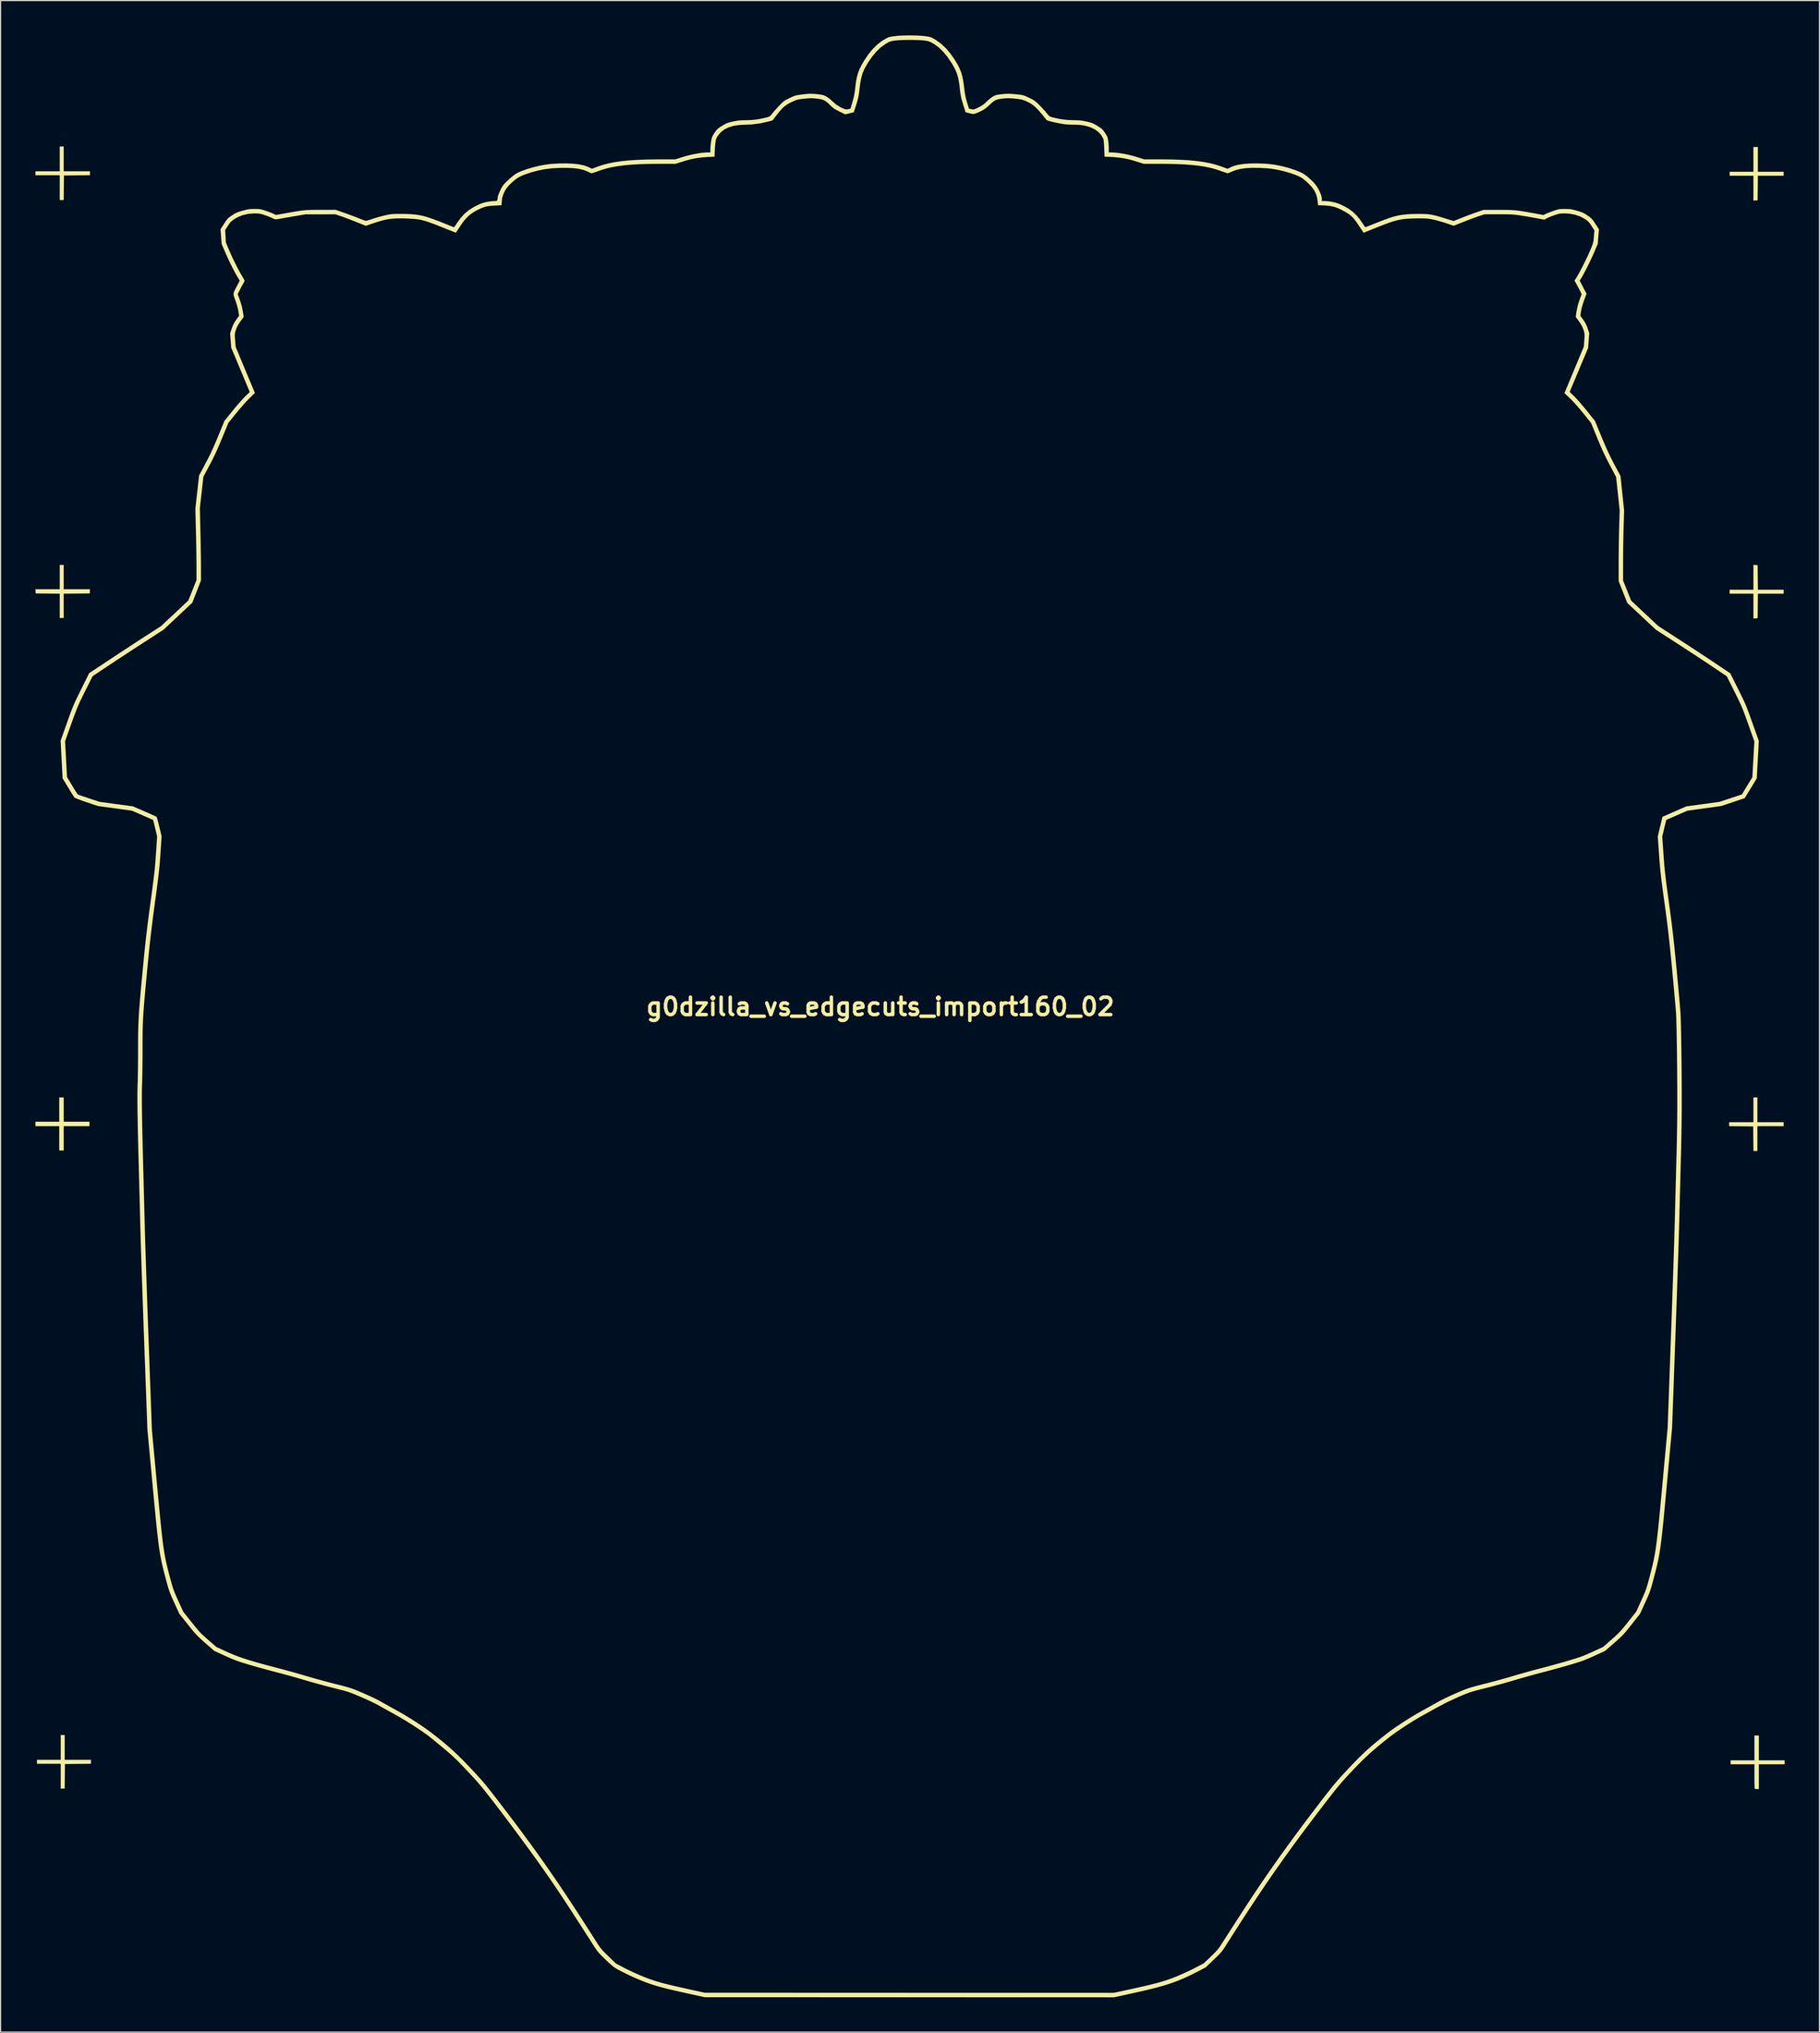
<source format=kicad_pcb>
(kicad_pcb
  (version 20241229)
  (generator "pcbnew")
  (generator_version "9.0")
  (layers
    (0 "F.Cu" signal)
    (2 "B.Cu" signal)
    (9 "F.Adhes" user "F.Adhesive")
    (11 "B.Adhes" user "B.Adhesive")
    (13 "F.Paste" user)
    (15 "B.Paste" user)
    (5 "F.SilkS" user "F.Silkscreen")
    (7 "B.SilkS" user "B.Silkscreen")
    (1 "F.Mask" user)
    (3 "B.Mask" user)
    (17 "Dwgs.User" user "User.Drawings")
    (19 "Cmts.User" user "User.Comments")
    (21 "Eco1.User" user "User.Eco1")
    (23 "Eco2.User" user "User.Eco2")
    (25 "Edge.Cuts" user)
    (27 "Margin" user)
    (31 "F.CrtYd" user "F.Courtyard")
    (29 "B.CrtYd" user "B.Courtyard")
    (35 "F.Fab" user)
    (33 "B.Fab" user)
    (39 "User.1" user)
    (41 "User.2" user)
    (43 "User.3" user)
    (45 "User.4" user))
  (footprint "g0dzilla_vs_edgecuts_import160_02"
    (layer "F.Cu")
    (at 72.79 83.628)
    (property "Reference" "g0dzilla_vs_edgecuts_import160_02" (at 0 0 0) (layer "F.SilkS") (effects (font (size 1.5 1.5) (thickness 0.3))))
    (attr board_only exclude_from_pos_files exclude_from_bom)
    (fp_poly (pts (xy -70.352 -72.998) (xy -70.352 -71.931) (xy -69.22 -71.931) (xy -68.089 -71.931) (xy -68.089 -71.761) (xy -68.089 -71.591) (xy -69.21 -71.58) (xy -70.33 -71.568) (xy -70.342 -70.512) (xy -70.353 -69.455) (xy -70.523 -69.455) (xy -70.693 -69.455) (xy -70.693 -70.522) (xy -70.693 -71.59) (xy -71.739 -71.59) (xy -72.785 -71.59) (xy -72.785 -71.76) (xy -72.785 -71.931) (xy -71.739 -71.931) (xy -70.693 -71.931) (xy -70.693 -72.998) (xy -70.693 -74.066) (xy -70.522 -74.066) (xy -70.352 -74.066)) (stroke (width 0) (type solid)) (fill yes) (layer "F.SilkS"))
    (fp_poly (pts (xy -70.352 -36.99) (xy -70.352 -35.944) (xy -69.218 -35.944) (xy -68.084 -35.944) (xy -68.097 -35.763) (xy -68.11 -35.581) (xy -69.231 -35.57) (xy -70.352 -35.559) (xy -70.352 -34.513) (xy -70.352 -33.468) (xy -70.522 -33.468) (xy -70.693 -33.468) (xy -70.693 -34.513) (xy -70.693 -35.558) (xy -71.728 -35.57) (xy -72.764 -35.581) (xy -72.777 -35.763) (xy -72.79 -35.944) (xy -71.741 -35.944) (xy -70.693 -35.944) (xy -70.693 -36.99) (xy -70.693 -38.036) (xy -70.522 -38.036) (xy -70.352 -38.036)) (stroke (width 0) (type solid)) (fill yes) (layer "F.SilkS"))
    (fp_poly (pts (xy -70.352 8.858) (xy -70.352 9.904) (xy -69.242 9.904) (xy -68.132 9.904) (xy -68.132 10.096) (xy -68.132 10.288) (xy -69.242 10.288) (xy -70.352 10.288) (xy -70.352 11.334) (xy -70.352 12.38) (xy -70.544 12.38) (xy -70.736 12.38) (xy -70.736 11.334) (xy -70.736 10.288) (xy -71.76 10.288) (xy -72.785 10.288) (xy -72.785 10.096) (xy -72.785 9.904) (xy -71.76 9.904) (xy -70.736 9.904) (xy -70.736 8.858) (xy -70.736 7.812) (xy -70.544 7.812) (xy -70.352 7.812)) (stroke (width 0) (type solid)) (fill yes) (layer "F.SilkS"))
    (fp_poly (pts (xy -70.266 63.777) (xy -70.266 64.845) (xy -69.135 64.845) (xy -68.004 64.845) (xy -68.004 65.015) (xy -68.004 65.185) (xy -69.124 65.196) (xy -70.245 65.208) (xy -70.256 66.264) (xy -70.268 67.321) (xy -70.438 67.321) (xy -70.608 67.321) (xy -70.608 66.253) (xy -70.608 65.186) (xy -71.632 65.186) (xy -72.657 65.186) (xy -72.657 65.015) (xy -72.657 64.845) (xy -71.632 64.845) (xy -70.608 64.845) (xy -70.608 63.777) (xy -70.608 62.71) (xy -70.437 62.71) (xy -70.266 62.71)) (stroke (width 0) (type solid)) (fill yes) (layer "F.SilkS"))
    (fp_poly (pts (xy 75.4 -38.028) (xy 75.581 -38.015) (xy 75.592 -36.958) (xy 75.604 -35.902) (xy 76.713 -35.902) (xy 77.822 -35.902) (xy 77.822 -35.731) (xy 77.822 -35.56) (xy 76.713 -35.56) (xy 75.604 -35.56) (xy 75.592 -34.503) (xy 75.581 -33.447) (xy 75.4 -33.434) (xy 75.218 -33.421) (xy 75.218 -34.49) (xy 75.218 -35.56) (xy 74.194 -35.56) (xy 73.169 -35.56) (xy 73.169 -35.731) (xy 73.169 -35.902) (xy 74.194 -35.902) (xy 75.218 -35.902) (xy 75.218 -36.971) (xy 75.218 -38.041)) (stroke (width 0) (type solid)) (fill yes) (layer "F.SilkS"))
    (fp_poly (pts (xy 75.56 8.879) (xy 75.56 9.947) (xy 76.691 9.947) (xy 77.822 9.947) (xy 77.822 10.117) (xy 77.822 10.288) (xy 76.691 10.288) (xy 75.56 10.288) (xy 75.56 11.355) (xy 75.56 12.423) (xy 75.39 12.423) (xy 75.22 12.423) (xy 75.208 11.366) (xy 75.197 10.309) (xy 74.162 10.298) (xy 73.126 10.287) (xy 73.126 10.117) (xy 73.126 9.947) (xy 74.172 9.947) (xy 75.218 9.947) (xy 75.218 8.879) (xy 75.218 7.812) (xy 75.389 7.812) (xy 75.56 7.812)) (stroke (width 0) (type solid)) (fill yes) (layer "F.SilkS"))
    (fp_poly (pts (xy 75.602 -72.956) (xy 75.602 -71.888) (xy 76.712 -71.888) (xy 77.822 -71.888) (xy 77.822 -71.718) (xy 77.822 -71.547) (xy 76.713 -71.547) (xy 75.604 -71.547) (xy 75.592 -70.49) (xy 75.581 -69.434) (xy 75.4 -69.421) (xy 75.218 -69.408) (xy 75.218 -70.477) (xy 75.218 -71.547) (xy 74.194 -71.547) (xy 73.169 -71.547) (xy 73.169 -71.718) (xy 73.169 -71.888) (xy 74.194 -71.888) (xy 75.218 -71.888) (xy 75.218 -72.956) (xy 75.218 -74.023) (xy 75.41 -74.023) (xy 75.602 -74.023)) (stroke (width 0) (type solid)) (fill yes) (layer "F.SilkS"))
    (fp_poly (pts (xy 75.688 63.82) (xy 75.688 64.887) (xy 76.798 64.887) (xy 77.908 64.887) (xy 77.908 65.058) (xy 77.908 65.229) (xy 76.798 65.229) (xy 75.688 65.229) (xy 75.688 66.296) (xy 75.688 67.363) (xy 75.524 67.363) (xy 75.411 67.357) (xy 75.339 67.34) (xy 75.332 67.335) (xy 75.324 67.286) (xy 75.317 67.164) (xy 75.311 66.98) (xy 75.307 66.747) (xy 75.304 66.477) (xy 75.304 66.268) (xy 75.304 65.229) (xy 74.279 65.229) (xy 73.254 65.229) (xy 73.254 65.058) (xy 73.254 64.887) (xy 74.279 64.887) (xy 75.304 64.887) (xy 75.304 63.82) (xy 75.304 62.753) (xy 75.496 62.753) (xy 75.688 62.753)) (stroke (width 0) (type solid)) (fill yes) (layer "F.SilkS"))
    (fp_poly (pts (xy 3.083 -83.619) (xy 3.463 -83.601) (xy 3.789 -83.572) (xy 3.88 -83.561) (xy 4.084 -83.531) (xy 4.235 -83.503) (xy 4.359 -83.466) (xy 4.481 -83.412) (xy 4.625 -83.33) (xy 4.816 -83.213) (xy 4.818 -83.212) (xy 5.254 -82.896) (xy 5.671 -82.502) (xy 6.07 -82.028) (xy 6.451 -81.472) (xy 6.661 -81.119) (xy 6.827 -80.79) (xy 6.958 -80.464) (xy 7.059 -80.12) (xy 7.139 -79.738) (xy 7.203 -79.297) (xy 7.218 -79.167) (xy 7.26 -78.826) (xy 7.304 -78.545) (xy 7.353 -78.298) (xy 7.414 -78.059) (xy 7.472 -77.862) (xy 7.639 -77.325) (xy 7.843 -77.278) (xy 7.938 -77.258) (xy 8.017 -77.255) (xy 8.101 -77.271) (xy 8.212 -77.314) (xy 8.369 -77.387) (xy 8.452 -77.427) (xy 8.685 -77.549) (xy 8.869 -77.669) (xy 9.036 -77.81) (xy 9.135 -77.907) (xy 9.298 -78.06) (xy 9.48 -78.21) (xy 9.646 -78.33) (xy 9.68 -78.351) (xy 9.798 -78.419) (xy 9.902 -78.467) (xy 10.014 -78.502) (xy 10.155 -78.529) (xy 10.347 -78.553) (xy 10.491 -78.569) (xy 10.728 -78.592) (xy 10.926 -78.604) (xy 11.114 -78.605) (xy 11.32 -78.594) (xy 11.572 -78.572) (xy 11.675 -78.561) (xy 11.925 -78.535) (xy 12.112 -78.51) (xy 12.259 -78.482) (xy 12.39 -78.445) (xy 12.528 -78.391) (xy 12.694 -78.317) (xy 12.807 -78.264) (xy 13.028 -78.156) (xy 13.197 -78.062) (xy 13.34 -77.965) (xy 13.483 -77.844) (xy 13.652 -77.684) (xy 13.676 -77.66) (xy 13.855 -77.478) (xy 14.042 -77.277) (xy 14.212 -77.086) (xy 14.309 -76.968) (xy 14.433 -76.817) (xy 14.527 -76.717) (xy 14.613 -76.654) (xy 14.711 -76.61) (xy 14.828 -76.574) (xy 15.444 -76.434) (xy 16.093 -76.351) (xy 16.639 -76.328) (xy 16.936 -76.324) (xy 17.183 -76.309) (xy 17.414 -76.281) (xy 17.664 -76.234) (xy 17.741 -76.218) (xy 17.974 -76.165) (xy 18.154 -76.114) (xy 18.311 -76.053) (xy 18.474 -75.97) (xy 18.674 -75.853) (xy 18.688 -75.845) (xy 18.881 -75.726) (xy 19.019 -75.631) (xy 19.123 -75.542) (xy 19.213 -75.439) (xy 19.309 -75.305) (xy 19.353 -75.239) (xy 19.467 -75.062) (xy 19.541 -74.921) (xy 19.588 -74.787) (xy 19.62 -74.629) (xy 19.63 -74.565) (xy 19.656 -74.343) (xy 19.674 -74.094) (xy 19.68 -73.893) (xy 19.68 -73.553) (xy 19.915 -73.553) (xy 20.226 -73.538) (xy 20.594 -73.496) (xy 20.995 -73.43) (xy 21.408 -73.345) (xy 21.808 -73.245) (xy 22.073 -73.167) (xy 22.737 -72.956) (xy 24.186 -72.956) (xy 25.045 -72.948) (xy 25.826 -72.923) (xy 26.537 -72.882) (xy 27.182 -72.822) (xy 27.769 -72.744) (xy 28.303 -72.646) (xy 28.792 -72.528) (xy 29.241 -72.389) (xy 29.336 -72.355) (xy 29.921 -72.142) (xy 30.221 -72.293) (xy 30.517 -72.409) (xy 30.889 -72.499) (xy 31.329 -72.563) (xy 31.832 -72.6) (xy 32.391 -72.61) (xy 33 -72.591) (xy 33.377 -72.567) (xy 33.947 -72.499) (xy 34.551 -72.383) (xy 35.159 -72.226) (xy 35.738 -72.035) (xy 35.904 -71.971) (xy 36.149 -71.87) (xy 36.337 -71.781) (xy 36.496 -71.689) (xy 36.649 -71.581) (xy 36.798 -71.462) (xy 37.112 -71.187) (xy 37.363 -70.934) (xy 37.564 -70.686) (xy 37.728 -70.428) (xy 37.846 -70.192) (xy 37.947 -69.953) (xy 38.008 -69.768) (xy 38.034 -69.618) (xy 38.035 -69.573) (xy 38.036 -69.37) (xy 38.26 -69.369) (xy 38.583 -69.349) (xy 38.928 -69.296) (xy 39.261 -69.216) (xy 39.547 -69.118) (xy 39.573 -69.106) (xy 40.025 -68.888) (xy 40.408 -68.662) (xy 40.737 -68.415) (xy 41.029 -68.134) (xy 41.3 -67.805) (xy 41.461 -67.577) (xy 41.576 -67.406) (xy 41.672 -67.263) (xy 41.741 -67.162) (xy 41.772 -67.116) (xy 41.773 -67.115) (xy 41.814 -67.126) (xy 41.921 -67.165) (xy 42.082 -67.226) (xy 42.282 -67.306) (xy 42.482 -67.387) (xy 42.775 -67.504) (xy 43.103 -67.631) (xy 43.434 -67.756) (xy 43.731 -67.865) (xy 43.825 -67.899) (xy 44.181 -68.014) (xy 44.528 -68.104) (xy 44.883 -68.171) (xy 45.263 -68.217) (xy 45.685 -68.246) (xy 46.167 -68.258) (xy 46.412 -68.259) (xy 46.724 -68.256) (xy 46.992 -68.246) (xy 47.233 -68.227) (xy 47.466 -68.194) (xy 47.708 -68.145) (xy 47.977 -68.077) (xy 48.291 -67.987) (xy 48.667 -67.872) (xy 48.674 -67.87) (xy 49.387 -67.647) (xy 50.125 -67.938) (xy 50.412 -68.05) (xy 50.72 -68.166) (xy 51.022 -68.278) (xy 51.29 -68.374) (xy 51.419 -68.419) (xy 51.974 -68.608) (xy 53.255 -68.609) (xy 53.625 -68.608) (xy 53.941 -68.605) (xy 54.216 -68.599) (xy 54.465 -68.587) (xy 54.705 -68.569) (xy 54.948 -68.542) (xy 55.211 -68.505) (xy 55.509 -68.458) (xy 55.855 -68.397) (xy 56.266 -68.323) (xy 56.412 -68.296) (xy 57.137 -68.163) (xy 57.309 -68.253) (xy 57.418 -68.303) (xy 57.585 -68.371) (xy 57.785 -68.447) (xy 57.972 -68.514) (xy 58.187 -68.588) (xy 58.352 -68.637) (xy 58.494 -68.666) (xy 58.644 -68.681) (xy 58.831 -68.686) (xy 58.966 -68.686) (xy 59.192 -68.684) (xy 59.374 -68.674) (xy 59.541 -68.651) (xy 59.724 -68.611) (xy 59.952 -68.551) (xy 60.012 -68.534) (xy 60.253 -68.463) (xy 60.436 -68.4) (xy 60.588 -68.333) (xy 60.735 -68.25) (xy 60.903 -68.14) (xy 60.936 -68.118) (xy 61.101 -68) (xy 61.225 -67.9) (xy 61.328 -67.797) (xy 61.428 -67.671) (xy 61.543 -67.503) (xy 61.613 -67.394) (xy 61.909 -66.934) (xy 61.858 -66.307) (xy 61.808 -65.679) (xy 61.508 -64.974) (xy 61.383 -64.69) (xy 61.236 -64.373) (xy 61.076 -64.039) (xy 60.911 -63.705) (xy 60.748 -63.387) (xy 60.597 -63.101) (xy 60.465 -62.863) (xy 60.373 -62.711) (xy 60.251 -62.519) (xy 60.544 -61.954) (xy 60.838 -61.389) (xy 60.624 -60.801) (xy 60.511 -60.469) (xy 60.424 -60.162) (xy 60.368 -59.902) (xy 60.359 -59.846) (xy 60.309 -59.48) (xy 60.553 -59.15) (xy 60.712 -58.914) (xy 60.833 -58.677) (xy 60.936 -58.406) (xy 61.075 -57.993) (xy 61.026 -57.353) (xy 60.977 -56.712) (xy 60.366 -55.261) (xy 60.218 -54.908) (xy 60.072 -54.562) (xy 59.934 -54.234) (xy 59.809 -53.936) (xy 59.702 -53.683) (xy 59.619 -53.485) (xy 59.572 -53.373) (xy 59.39 -52.937) (xy 59.787 -52.547) (xy 59.929 -52.4) (xy 60.111 -52.201) (xy 60.318 -51.965) (xy 60.538 -51.708) (xy 60.757 -51.444) (xy 60.876 -51.297) (xy 61.567 -50.437) (xy 62.131 -49.071) (xy 62.353 -48.543) (xy 62.556 -48.076) (xy 62.752 -47.651) (xy 62.948 -47.248) (xy 63.154 -46.846) (xy 63.231 -46.702) (xy 63.766 -45.699) (xy 63.923 -44.205) (xy 64.081 -42.71) (xy 64.036 -41.302) (xy 64.025 -40.899) (xy 64.015 -40.435) (xy 64.006 -39.934) (xy 63.999 -39.421) (xy 63.994 -38.92) (xy 63.992 -38.455) (xy 63.991 -38.292) (xy 63.991 -36.691) (xy 64.336 -35.829) (xy 64.681 -34.968) (xy 65.851 -33.872) (xy 67.02 -32.777) (xy 68.803 -31.625) (xy 69.216 -31.358) (xy 69.658 -31.07) (xy 70.113 -30.773) (xy 70.565 -30.476) (xy 71.001 -30.19) (xy 71.402 -29.924) (xy 71.755 -29.69) (xy 71.904 -29.591) (xy 73.221 -28.708) (xy 73.894 -27.364) (xy 74.07 -27.011) (xy 74.217 -26.712) (xy 74.343 -26.45) (xy 74.453 -26.211) (xy 74.553 -25.981) (xy 74.65 -25.744) (xy 74.75 -25.485) (xy 74.86 -25.189) (xy 74.986 -24.842) (xy 75.126 -24.45) (xy 75.684 -22.881) (xy 75.595 -21.27) (xy 75.506 -19.658) (xy 74.989 -18.808) (xy 74.471 -17.958) (xy 73.468 -17.621) (xy 72.465 -17.284) (xy 70.992 -17.078) (xy 69.519 -16.872) (xy 68.614 -16.477) (xy 67.709 -16.081) (xy 67.536 -15.368) (xy 67.364 -14.654) (xy 67.471 -13.116) (xy 67.495 -12.77) (xy 67.52 -12.449) (xy 67.546 -12.143) (xy 67.574 -11.841) (xy 67.606 -11.531) (xy 67.644 -11.203) (xy 67.687 -10.844) (xy 67.738 -10.445) (xy 67.797 -9.994) (xy 67.867 -9.48) (xy 67.942 -8.937) (xy 68.025 -8.329) (xy 68.099 -7.77) (xy 68.167 -7.245) (xy 68.23 -6.74) (xy 68.289 -6.239) (xy 68.346 -5.728) (xy 68.404 -5.193) (xy 68.463 -4.618) (xy 68.525 -3.99) (xy 68.592 -3.293) (xy 68.601 -3.202) (xy 68.651 -2.674) (xy 68.699 -2.153) (xy 68.745 -1.65) (xy 68.789 -1.172) (xy 68.828 -0.729) (xy 68.863 -0.329) (xy 68.892 0.018) (xy 68.916 0.304) (xy 68.932 0.52) (xy 68.939 0.619) (xy 68.949 0.832) (xy 68.959 1.122) (xy 68.97 1.481) (xy 68.979 1.901) (xy 68.989 2.374) (xy 68.998 2.892) (xy 69.007 3.446) (xy 69.015 4.028) (xy 69.022 4.631) (xy 69.028 5.246) (xy 69.034 5.864) (xy 69.038 6.478) (xy 69.041 7.08) (xy 69.043 7.662) (xy 69.043 8.214) (xy 69.042 8.73) (xy 69.039 9.191) (xy 69.034 9.719) (xy 69.026 10.294) (xy 69.017 10.897) (xy 69.005 11.508) (xy 68.993 12.109) (xy 68.979 12.681) (xy 68.968 13.127) (xy 68.953 13.644) (xy 68.937 14.227) (xy 68.921 14.858) (xy 68.903 15.518) (xy 68.886 16.187) (xy 68.869 16.847) (xy 68.853 17.479) (xy 68.839 18.064) (xy 68.835 18.207) (xy 68.826 18.545) (xy 68.815 18.962) (xy 68.8 19.452) (xy 68.783 20.007) (xy 68.764 20.622) (xy 68.743 21.289) (xy 68.719 22.003) (xy 68.694 22.756) (xy 68.668 23.543) (xy 68.64 24.357) (xy 68.611 25.191) (xy 68.582 26.038) (xy 68.552 26.893) (xy 68.521 27.749) (xy 68.492 28.559) (xy 68.214 36.222) (xy 67.768 41.067) (xy 67.691 41.902) (xy 67.621 42.658) (xy 67.556 43.34) (xy 67.497 43.955) (xy 67.442 44.508) (xy 67.39 45.006) (xy 67.341 45.454) (xy 67.294 45.858) (xy 67.248 46.223) (xy 67.203 46.557) (xy 67.156 46.864) (xy 67.109 47.15) (xy 67.059 47.422) (xy 67.006 47.685) (xy 66.949 47.945) (xy 66.888 48.208) (xy 66.821 48.48) (xy 66.748 48.766) (xy 66.668 49.073) (xy 66.651 49.135) (xy 66.557 49.491) (xy 66.478 49.781) (xy 66.409 50.021) (xy 66.344 50.228) (xy 66.277 50.418) (xy 66.203 50.607) (xy 66.116 50.813) (xy 66.01 51.051) (xy 65.891 51.312) (xy 65.451 52.273) (xy 64.732 53.182) (xy 64.506 53.466) (xy 64.319 53.696) (xy 64.157 53.888) (xy 64.006 54.054) (xy 63.853 54.211) (xy 63.684 54.373) (xy 63.485 54.553) (xy 63.244 54.766) (xy 63.233 54.776) (xy 62.453 55.46) (xy 61.525 55.886) (xy 61.215 56.027) (xy 60.946 56.144) (xy 60.699 56.244) (xy 60.453 56.336) (xy 60.187 56.426) (xy 59.882 56.522) (xy 59.517 56.632) (xy 59.466 56.647) (xy 59.116 56.749) (xy 58.708 56.865) (xy 58.265 56.988) (xy 57.813 57.112) (xy 57.376 57.229) (xy 56.99 57.331) (xy 56.592 57.435) (xy 56.158 57.553) (xy 55.71 57.677) (xy 55.274 57.8) (xy 54.872 57.916) (xy 54.535 58.016) (xy 54.185 58.119) (xy 53.777 58.235) (xy 53.337 58.357) (xy 52.889 58.478) (xy 52.458 58.591) (xy 52.123 58.676) (xy 51.75 58.769) (xy 51.444 58.847) (xy 51.189 58.916) (xy 50.97 58.98) (xy 50.77 59.045) (xy 50.575 59.115) (xy 50.368 59.196) (xy 50.133 59.293) (xy 49.861 59.407) (xy 48.822 59.886) (xy 47.961 60.34) (xy 47.672 60.5) (xy 47.38 60.663) (xy 47.101 60.818) (xy 46.852 60.956) (xy 46.652 61.066) (xy 46.574 61.109) (xy 46.264 61.287) (xy 45.907 61.502) (xy 45.524 61.743) (xy 45.13 61.997) (xy 44.746 62.254) (xy 44.388 62.501) (xy 44.076 62.726) (xy 43.913 62.849) (xy 43.357 63.288) (xy 42.858 63.696) (xy 42.4 64.088) (xy 41.966 64.48) (xy 41.542 64.884) (xy 41.11 65.317) (xy 40.656 65.792) (xy 40.583 65.869) (xy 40.357 66.111) (xy 40.155 66.329) (xy 39.972 66.529) (xy 39.801 66.721) (xy 39.636 66.911) (xy 39.469 67.108) (xy 39.295 67.319) (xy 39.107 67.553) (xy 38.899 67.816) (xy 38.665 68.118) (xy 38.397 68.464) (xy 38.089 68.865) (xy 37.784 69.263) (xy 37.032 70.252) (xy 36.316 71.207) (xy 35.629 72.138) (xy 34.963 73.057) (xy 34.312 73.972) (xy 33.668 74.895) (xy 33.024 75.836) (xy 32.374 76.805) (xy 31.709 77.811) (xy 31.024 78.866) (xy 30.31 79.98) (xy 29.832 80.733) (xy 29.69 80.956) (xy 29.571 81.135) (xy 29.463 81.286) (xy 29.352 81.423) (xy 29.226 81.563) (xy 29.072 81.719) (xy 28.877 81.908) (xy 28.717 82.061) (xy 28.025 82.72) (xy 27.236 83.128) (xy 26.812 83.342) (xy 26.408 83.536) (xy 26.012 83.712) (xy 25.616 83.875) (xy 25.21 84.026) (xy 24.783 84.169) (xy 24.327 84.309) (xy 23.831 84.446) (xy 23.285 84.586) (xy 22.68 84.73) (xy 22.007 84.883) (xy 21.587 84.976) (xy 20.131 85.293) (xy 2.499 85.289) (xy -15.133 85.285) (xy -16.457 84.994) (xy -17.067 84.859) (xy -17.603 84.737) (xy -18.073 84.627) (xy -18.487 84.526) (xy -18.854 84.431) (xy -19.183 84.341) (xy -19.483 84.251) (xy -19.764 84.16) (xy -20.034 84.065) (xy -20.303 83.964) (xy -20.581 83.854) (xy -20.597 83.847) (xy -20.921 83.712) (xy -21.27 83.559) (xy -21.62 83.399) (xy -21.945 83.244) (xy -22.219 83.107) (xy -22.252 83.09) (xy -22.488 82.965) (xy -22.674 82.864) (xy -22.826 82.773) (xy -22.96 82.682) (xy -23.091 82.58) (xy -23.237 82.453) (xy -23.412 82.292) (xy -23.633 82.084) (xy -23.639 82.077) (xy -23.872 81.855) (xy -24.055 81.675) (xy -24.201 81.521) (xy -24.323 81.379) (xy -24.435 81.233) (xy -24.549 81.068) (xy -24.671 80.88) (xy -25.162 80.116) (xy -25.611 79.418) (xy -26.022 78.78) (xy -26.399 78.198) (xy -26.746 77.664) (xy -27.067 77.173) (xy -27.365 76.72) (xy -27.645 76.298) (xy -27.911 75.902) (xy -28.165 75.525) (xy -28.413 75.163) (xy -28.658 74.809) (xy -28.904 74.457) (xy -29.154 74.101) (xy -29.413 73.736) (xy -29.605 73.468) (xy -29.943 72.999) (xy -30.322 72.479) (xy -30.727 71.925) (xy -31.148 71.355) (xy -31.572 70.784) (xy -31.986 70.231) (xy -32.378 69.711) (xy -32.735 69.241) (xy -32.772 69.192) (xy -33.113 68.747) (xy -33.41 68.362) (xy -33.668 68.028) (xy -33.896 67.738) (xy -34.099 67.482) (xy -34.284 67.254) (xy -34.46 67.044) (xy -34.631 66.844) (xy -34.805 66.646) (xy -34.989 66.442) (xy -35.189 66.224) (xy -35.413 65.983) (xy -35.5 65.89) (xy -35.823 65.547) (xy -36.101 65.256) (xy -36.346 65.005) (xy -36.572 64.783) (xy -36.789 64.577) (xy -37.01 64.377) (xy -37.248 64.169) (xy -37.502 63.953) (xy -37.77 63.729) (xy -38.047 63.499) (xy -38.317 63.278) (xy -38.564 63.077) (xy -38.772 62.91) (xy -38.89 62.817) (xy -39.175 62.605) (xy -39.521 62.363) (xy -39.91 62.102) (xy -40.327 61.832) (xy -40.756 61.563) (xy -41.182 61.305) (xy -41.588 61.068) (xy -41.878 60.906) (xy -42.155 60.755) (xy -42.45 60.591) (xy -42.739 60.43) (xy -42.996 60.285) (xy -43.154 60.195) (xy -43.346 60.091) (xy -43.597 59.964) (xy -43.891 59.821) (xy -44.209 59.673) (xy -44.531 59.528) (xy -44.731 59.441) (xy -45.021 59.318) (xy -45.264 59.216) (xy -45.474 59.132) (xy -45.667 59.06) (xy -45.858 58.995) (xy -46.063 58.933) (xy -46.295 58.868) (xy -46.571 58.796) (xy -46.905 58.711) (xy -47.147 58.651) (xy -47.547 58.548) (xy -47.983 58.434) (xy -48.431 58.312) (xy -48.868 58.191) (xy -49.27 58.077) (xy -49.614 57.975) (xy -49.626 57.972) (xy -49.992 57.863) (xy -50.414 57.742) (xy -50.861 57.617) (xy -51.307 57.495) (xy -51.723 57.384) (xy -51.931 57.33) (xy -52.322 57.228) (xy -52.766 57.109) (xy -53.232 56.981) (xy -53.692 56.853) (xy -54.116 56.732) (xy -54.324 56.671) (xy -54.704 56.557) (xy -55.019 56.459) (xy -55.29 56.37) (xy -55.534 56.283) (xy -55.771 56.19) (xy -56.018 56.086) (xy -56.295 55.963) (xy -56.452 55.892) (xy -57.382 55.467) (xy -58.149 54.795) (xy -58.388 54.585) (xy -58.585 54.406) (xy -58.754 54.245) (xy -58.908 54.088) (xy -59.061 53.92) (xy -59.226 53.727) (xy -59.415 53.495) (xy -59.643 53.211) (xy -59.653 53.198) (xy -60.391 52.273) (xy -60.829 51.312) (xy -60.965 51.012) (xy -61.075 50.763) (xy -61.165 50.546) (xy -61.242 50.343) (xy -61.312 50.134) (xy -61.383 49.902) (xy -61.46 49.627) (xy -61.551 49.291) (xy -61.564 49.242) (xy -61.648 48.927) (xy -61.724 48.633) (xy -61.793 48.355) (xy -61.857 48.086) (xy -61.916 47.82) (xy -61.971 47.552) (xy -62.023 47.276) (xy -62.073 46.985) (xy -62.12 46.674) (xy -62.168 46.337) (xy -62.215 45.968) (xy -62.263 45.56) (xy -62.313 45.109) (xy -62.366 44.608) (xy -62.422 44.051) (xy -62.483 43.432) (xy -62.548 42.745) (xy -62.62 41.985) (xy -62.692 41.216) (xy -63.141 36.392) (xy -63.416 28.922) (xy -63.446 28.082) (xy -63.477 27.237) (xy -63.507 26.393) (xy -63.537 25.557) (xy -63.565 24.735) (xy -63.593 23.934) (xy -63.619 23.161) (xy -63.644 22.422) (xy -63.667 21.724) (xy -63.688 21.073) (xy -63.707 20.476) (xy -63.724 19.939) (xy -63.737 19.47) (xy -63.749 19.074) (xy -63.755 18.826) (xy -63.769 18.259) (xy -63.785 17.637) (xy -63.801 16.98) (xy -63.819 16.307) (xy -63.836 15.638) (xy -63.853 14.993) (xy -63.869 14.391) (xy -63.883 13.853) (xy -63.885 13.789) (xy -63.91 12.839) (xy -63.932 11.97) (xy -63.951 11.179) (xy -63.967 10.461) (xy -63.98 9.812) (xy -63.99 9.228) (xy -63.997 8.706) (xy -64.001 8.24) (xy -64.003 7.827) (xy -64.001 7.464) (xy -63.997 7.145) (xy -63.991 6.867) (xy -63.984 6.681) (xy -63.975 6.439) (xy -63.968 6.125) (xy -63.961 5.754) (xy -63.955 5.339) (xy -63.95 4.895) (xy -63.947 4.436) (xy -63.945 3.975) (xy -63.944 3.671) (xy -63.944 3.232) (xy -63.943 2.832) (xy -63.94 2.464) (xy -63.935 2.119) (xy -63.927 1.789) (xy -63.917 1.465) (xy -63.902 1.14) (xy -63.884 0.804) (xy -63.862 0.45) (xy -63.834 0.069) (xy -63.801 -0.347) (xy -63.762 -0.808) (xy -63.716 -1.32) (xy -63.663 -1.892) (xy -63.603 -2.534) (xy -63.54 -3.202) (xy -63.47 -3.928) (xy -63.405 -4.587) (xy -63.342 -5.197) (xy -63.279 -5.774) (xy -63.214 -6.338) (xy -63.145 -6.906) (xy -63.071 -7.496) (xy -62.989 -8.124) (xy -62.896 -8.811) (xy -62.881 -8.922) (xy -62.8 -9.516) (xy -62.73 -10.036) (xy -62.671 -10.492) (xy -62.62 -10.893) (xy -62.576 -11.251) (xy -62.539 -11.576) (xy -62.507 -11.877) (xy -62.48 -12.164) (xy -62.455 -12.449) (xy -62.433 -12.741) (xy -62.411 -13.051) (xy -62.401 -13.191) (xy -62.303 -14.664) (xy -62.474 -15.372) (xy -62.645 -16.08) (xy -63.557 -16.478) (xy -64.469 -16.876) (xy -65.932 -17.077) (xy -67.395 -17.278) (xy -68.377 -17.606) (xy -68.655 -17.7) (xy -68.907 -17.79) (xy -69.123 -17.871) (xy -69.289 -17.938) (xy -69.394 -17.986) (xy -69.424 -18.006) (xy -69.465 -18.063) (xy -69.541 -18.182) (xy -69.647 -18.349) (xy -69.775 -18.555) (xy -69.916 -18.786) (xy -69.966 -18.868) (xy -70.445 -19.658) (xy -70.531 -21.28) (xy -70.615 -22.86) (xy -70.233 -22.86) (xy -70.15 -21.315) (xy -70.067 -19.771) (xy -69.626 -19.042) (xy -69.489 -18.816) (xy -69.364 -18.616) (xy -69.26 -18.452) (xy -69.183 -18.335) (xy -69.141 -18.279) (xy -69.139 -18.276) (xy -69.086 -18.253) (xy -68.965 -18.207) (xy -68.786 -18.144) (xy -68.563 -18.068) (xy -68.308 -17.983) (xy -68.174 -17.938) (xy -67.257 -17.637) (xy -65.82 -17.443) (xy -64.382 -17.248) (xy -63.386 -16.815) (xy -63.114 -16.696) (xy -62.866 -16.587) (xy -62.655 -16.492) (xy -62.492 -16.417) (xy -62.387 -16.367) (xy -62.352 -16.347) (xy -62.331 -16.296) (xy -62.293 -16.176) (xy -62.244 -15.999) (xy -62.187 -15.778) (xy -62.125 -15.528) (xy -62.116 -15.494) (xy -61.919 -14.675) (xy -62.017 -13.197) (xy -62.039 -12.876) (xy -62.061 -12.578) (xy -62.084 -12.292) (xy -62.11 -12.008) (xy -62.14 -11.716) (xy -62.174 -11.405) (xy -62.214 -11.066) (xy -62.261 -10.687) (xy -62.317 -10.26) (xy -62.381 -9.774) (xy -62.456 -9.218) (xy -62.497 -8.922) (xy -62.591 -8.226) (xy -62.675 -7.59) (xy -62.75 -6.996) (xy -62.819 -6.426) (xy -62.885 -5.863) (xy -62.948 -5.289) (xy -63.011 -4.686) (xy -63.076 -4.037) (xy -63.145 -3.322) (xy -63.156 -3.202) (xy -63.223 -2.488) (xy -63.283 -1.852) (xy -63.335 -1.284) (xy -63.38 -0.775) (xy -63.419 -0.318) (xy -63.452 0.095) (xy -63.479 0.474) (xy -63.502 0.826) (xy -63.519 1.161) (xy -63.533 1.485) (xy -63.544 1.808) (xy -63.551 2.137) (xy -63.556 2.482) (xy -63.559 2.851) (xy -63.56 3.251) (xy -63.56 3.671) (xy -63.561 4.125) (xy -63.564 4.587) (xy -63.568 5.043) (xy -63.573 5.479) (xy -63.579 5.881) (xy -63.586 6.234) (xy -63.594 6.526) (xy -63.6 6.681) (xy -63.609 6.943) (xy -63.615 7.248) (xy -63.618 7.601) (xy -63.618 8.005) (xy -63.615 8.463) (xy -63.609 8.98) (xy -63.601 9.559) (xy -63.589 10.204) (xy -63.574 10.918) (xy -63.556 11.705) (xy -63.534 12.568) (xy -63.509 13.513) (xy -63.501 13.831) (xy -63.486 14.363) (xy -63.47 14.96) (xy -63.453 15.602) (xy -63.436 16.27) (xy -63.419 16.944) (xy -63.402 17.603) (xy -63.386 18.229) (xy -63.372 18.8) (xy -63.371 18.847) (xy -63.362 19.179) (xy -63.35 19.59) (xy -63.336 20.073) (xy -63.319 20.622) (xy -63.299 21.23) (xy -63.278 21.89) (xy -63.254 22.596) (xy -63.229 23.342) (xy -63.202 24.121) (xy -63.174 24.926) (xy -63.146 25.751) (xy -63.116 26.589) (xy -63.086 27.434) (xy -63.055 28.279) (xy -63.03 28.943) (xy -62.754 36.435) (xy -62.306 41.238) (xy -62.228 42.063) (xy -62.158 42.809) (xy -62.093 43.483) (xy -62.034 44.088) (xy -61.979 44.632) (xy -61.928 45.121) (xy -61.879 45.56) (xy -61.833 45.955) (xy -61.787 46.313) (xy -61.741 46.638) (xy -61.695 46.937) (xy -61.648 47.216) (xy -61.599 47.481) (xy -61.546 47.737) (xy -61.489 47.991) (xy -61.428 48.248) (xy -61.362 48.514) (xy -61.289 48.796) (xy -61.21 49.092) (xy -61.117 49.44) (xy -61.038 49.723) (xy -60.968 49.96) (xy -60.899 50.168) (xy -60.826 50.366) (xy -60.743 50.572) (xy -60.642 50.803) (xy -60.517 51.078) (xy -60.479 51.163) (xy -60.048 52.102) (xy -59.334 52.998) (xy -59.106 53.283) (xy -58.916 53.515) (xy -58.751 53.707) (xy -58.598 53.874) (xy -58.443 54.031) (xy -58.273 54.191) (xy -58.074 54.369) (xy -57.908 54.514) (xy -57.196 55.133) (xy -56.285 55.55) (xy -55.982 55.685) (xy -55.675 55.812) (xy -55.356 55.936) (xy -55.015 56.057) (xy -54.644 56.181) (xy -54.235 56.308) (xy -53.778 56.442) (xy -53.266 56.585) (xy -52.69 56.741) (xy -52.04 56.912) (xy -51.889 56.951) (xy -51.493 57.055) (xy -51.059 57.173) (xy -50.611 57.296) (xy -50.174 57.419) (xy -49.773 57.535) (xy -49.455 57.629) (xy -49.115 57.729) (xy -48.716 57.843) (xy -48.28 57.963) (xy -47.832 58.085) (xy -47.395 58.201) (xy -46.992 58.304) (xy -46.972 58.309) (xy -46.592 58.405) (xy -46.28 58.485) (xy -46.021 58.555) (xy -45.8 58.619) (xy -45.602 58.682) (xy -45.411 58.75) (xy -45.213 58.826) (xy -44.993 58.916) (xy -44.736 59.025) (xy -44.582 59.091) (xy -44.272 59.226) (xy -43.957 59.37) (xy -43.655 59.511) (xy -43.386 59.643) (xy -43.166 59.757) (xy -43.071 59.809) (xy -42.874 59.921) (xy -42.624 60.061) (xy -42.343 60.218) (xy -42.052 60.379) (xy -41.772 60.532) (xy -41.769 60.534) (xy -41.29 60.803) (xy -40.791 61.098) (xy -40.287 61.41) (xy -39.796 61.726) (xy -39.334 62.036) (xy -38.919 62.33) (xy -38.612 62.56) (xy -38.082 62.977) (xy -37.609 63.362) (xy -37.177 63.73) (xy -36.77 64.093) (xy -36.373 64.467) (xy -35.97 64.865) (xy -35.547 65.301) (xy -35.227 65.64) (xy -34.986 65.898) (xy -34.773 66.129) (xy -34.58 66.34) (xy -34.402 66.539) (xy -34.231 66.735) (xy -34.061 66.936) (xy -33.885 67.15) (xy -33.696 67.385) (xy -33.487 67.65) (xy -33.251 67.953) (xy -32.982 68.302) (xy -32.672 68.705) (xy -32.441 69.007) (xy -31.721 69.953) (xy -31.039 70.862) (xy -30.386 71.744) (xy -29.756 72.61) (xy -29.142 73.469) (xy -28.537 74.332) (xy -27.933 75.208) (xy -27.325 76.109) (xy -26.704 77.043) (xy -26.064 78.02) (xy -25.398 79.052) (xy -24.698 80.149) (xy -24.644 80.234) (xy -24.466 80.514) (xy -24.323 80.735) (xy -24.201 80.913) (xy -24.091 81.063) (xy -23.98 81.198) (xy -23.857 81.332) (xy -23.71 81.482) (xy -23.528 81.66) (xy -23.425 81.759) (xy -22.775 82.388) (xy -22.006 82.788) (xy -21.711 82.935) (xy -21.365 83.099) (xy -20.999 83.265) (xy -20.643 83.42) (xy -20.363 83.535) (xy -20.084 83.643) (xy -19.815 83.742) (xy -19.544 83.835) (xy -19.263 83.924) (xy -18.96 84.012) (xy -18.627 84.102) (xy -18.254 84.196) (xy -17.83 84.298) (xy -17.347 84.409) (xy -16.793 84.533) (xy -16.542 84.589) (xy -15.133 84.899) (xy 2.487 84.904) (xy 20.107 84.909) (xy 21.398 84.63) (xy 22.026 84.493) (xy 22.58 84.368) (xy 23.068 84.255) (xy 23.5 84.148) (xy 23.884 84.048) (xy 24.23 83.95) (xy 24.547 83.853) (xy 24.845 83.753) (xy 25.132 83.649) (xy 25.417 83.538) (xy 25.421 83.536) (xy 25.746 83.401) (xy 26.109 83.242) (xy 26.479 83.072) (xy 26.826 82.906) (xy 27.061 82.788) (xy 27.847 82.383) (xy 28.46 81.8) (xy 28.697 81.57) (xy 28.884 81.38) (xy 29.034 81.213) (xy 29.161 81.055) (xy 29.28 80.887) (xy 29.358 80.768) (xy 29.431 80.655) (xy 29.545 80.477) (xy 29.696 80.242) (xy 29.879 79.958) (xy 30.09 79.631) (xy 30.323 79.268) (xy 30.575 78.878) (xy 30.84 78.467) (xy 31.114 78.043) (xy 31.229 77.864) (xy 31.981 76.713) (xy 32.742 75.577) (xy 33.52 74.444) (xy 34.323 73.303) (xy 35.159 72.143) (xy 36.036 70.952) (xy 36.962 69.719) (xy 37.506 69.005) (xy 37.845 68.563) (xy 38.139 68.18) (xy 38.394 67.85) (xy 38.619 67.562) (xy 38.819 67.31) (xy 39.001 67.085) (xy 39.173 66.878) (xy 39.341 66.682) (xy 39.512 66.487) (xy 39.692 66.287) (xy 39.889 66.073) (xy 40.11 65.836) (xy 40.328 65.602) (xy 40.767 65.141) (xy 41.171 64.728) (xy 41.556 64.351) (xy 41.937 63.996) (xy 42.329 63.649) (xy 42.747 63.297) (xy 43.206 62.926) (xy 43.721 62.523) (xy 43.736 62.511) (xy 44.062 62.269) (xy 44.447 62) (xy 44.873 61.714) (xy 45.323 61.424) (xy 45.779 61.141) (xy 46.224 60.876) (xy 46.641 60.639) (xy 46.701 60.606) (xy 46.984 60.451) (xy 47.299 60.277) (xy 47.614 60.102) (xy 47.899 59.941) (xy 48.025 59.87) (xy 48.264 59.74) (xy 48.562 59.59) (xy 48.896 59.428) (xy 49.247 59.266) (xy 49.594 59.112) (xy 49.656 59.085) (xy 49.932 58.969) (xy 50.165 58.872) (xy 50.369 58.79) (xy 50.561 58.719) (xy 50.753 58.655) (xy 50.96 58.591) (xy 51.196 58.525) (xy 51.476 58.45) (xy 51.813 58.363) (xy 52.111 58.287) (xy 52.516 58.183) (xy 52.954 58.067) (xy 53.402 57.945) (xy 53.84 57.824) (xy 54.243 57.71) (xy 54.591 57.608) (xy 54.663 57.586) (xy 55.041 57.475) (xy 55.47 57.352) (xy 55.92 57.226) (xy 56.359 57.106) (xy 56.759 57.001) (xy 56.883 56.969) (xy 57.241 56.876) (xy 57.654 56.765) (xy 58.095 56.644) (xy 58.539 56.521) (xy 58.958 56.401) (xy 59.223 56.324) (xy 59.602 56.212) (xy 59.915 56.115) (xy 60.182 56.029) (xy 60.418 55.946) (xy 60.642 55.86) (xy 60.871 55.764) (xy 61.122 55.653) (xy 61.362 55.544) (xy 62.271 55.126) (xy 62.992 54.492) (xy 63.226 54.286) (xy 63.42 54.108) (xy 63.588 53.945) (xy 63.745 53.781) (xy 63.904 53.602) (xy 64.08 53.393) (xy 64.285 53.139) (xy 64.418 52.972) (xy 65.122 52.085) (xy 65.555 51.133) (xy 65.686 50.843) (xy 65.792 50.602) (xy 65.879 50.392) (xy 65.953 50.196) (xy 66.021 49.996) (xy 66.088 49.775) (xy 66.161 49.514) (xy 66.246 49.195) (xy 66.29 49.028) (xy 66.369 48.727) (xy 66.441 48.446) (xy 66.507 48.179) (xy 66.567 47.921) (xy 66.623 47.666) (xy 66.675 47.407) (xy 66.724 47.14) (xy 66.771 46.858) (xy 66.817 46.555) (xy 66.862 46.226) (xy 66.908 45.865) (xy 66.954 45.466) (xy 67.003 45.023) (xy 67.054 44.53) (xy 67.109 43.982) (xy 67.168 43.372) (xy 67.232 42.695) (xy 67.302 41.945) (xy 67.379 41.116) (xy 67.383 41.067) (xy 67.83 36.222) (xy 68.108 28.559) (xy 68.139 27.709) (xy 68.17 26.853) (xy 68.2 25.998) (xy 68.229 25.151) (xy 68.258 24.318) (xy 68.286 23.505) (xy 68.312 22.72) (xy 68.337 21.968) (xy 68.36 21.256) (xy 68.381 20.591) (xy 68.401 19.979) (xy 68.417 19.427) (xy 68.432 18.941) (xy 68.443 18.527) (xy 68.452 18.207) (xy 68.465 17.638) (xy 68.481 17.016) (xy 68.498 16.362) (xy 68.515 15.693) (xy 68.532 15.029) (xy 68.549 14.389) (xy 68.565 13.791) (xy 68.58 13.255) (xy 68.584 13.127) (xy 68.598 12.595) (xy 68.611 12.017) (xy 68.623 11.413) (xy 68.634 10.802) (xy 68.643 10.202) (xy 68.651 9.633) (xy 68.656 9.115) (xy 68.658 8.73) (xy 68.659 8.214) (xy 68.659 7.662) (xy 68.657 7.08) (xy 68.654 6.478) (xy 68.649 5.864) (xy 68.644 5.246) (xy 68.638 4.631) (xy 68.631 4.028) (xy 68.623 3.446) (xy 68.614 2.892) (xy 68.605 2.374) (xy 68.595 1.901) (xy 68.585 1.481) (xy 68.575 1.122) (xy 68.565 0.832) (xy 68.555 0.619) (xy 68.543 0.454) (xy 68.524 0.213) (xy 68.499 -0.095) (xy 68.467 -0.462) (xy 68.431 -0.878) (xy 68.39 -1.334) (xy 68.345 -1.821) (xy 68.298 -2.332) (xy 68.249 -2.856) (xy 68.216 -3.202) (xy 68.148 -3.909) (xy 68.086 -4.546) (xy 68.026 -5.126) (xy 67.969 -5.666) (xy 67.911 -6.18) (xy 67.853 -6.681) (xy 67.79 -7.186) (xy 67.723 -7.707) (xy 67.65 -8.261) (xy 67.568 -8.862) (xy 67.558 -8.93) (xy 67.478 -9.512) (xy 67.409 -10.021) (xy 67.351 -10.467) (xy 67.3 -10.862) (xy 67.258 -11.218) (xy 67.221 -11.545) (xy 67.189 -11.855) (xy 67.161 -12.158) (xy 67.135 -12.466) (xy 67.11 -12.791) (xy 67.087 -13.114) (xy 66.979 -14.664) (xy 67.18 -15.505) (xy 67.381 -16.346) (xy 68.407 -16.796) (xy 69.434 -17.246) (xy 70.864 -17.441) (xy 72.294 -17.636) (xy 73.259 -17.955) (xy 74.223 -18.274) (xy 74.675 -19.017) (xy 75.127 -19.761) (xy 75.213 -21.3) (xy 75.299 -22.84) (xy 74.768 -24.332) (xy 74.624 -24.735) (xy 74.501 -25.074) (xy 74.393 -25.364) (xy 74.292 -25.621) (xy 74.192 -25.86) (xy 74.087 -26.098) (xy 73.969 -26.35) (xy 73.831 -26.633) (xy 73.668 -26.962) (xy 73.58 -27.138) (xy 72.922 -28.452) (xy 71.541 -29.378) (xy 71.189 -29.613) (xy 70.782 -29.882) (xy 70.338 -30.175) (xy 69.875 -30.478) (xy 69.411 -30.781) (xy 68.963 -31.073) (xy 68.548 -31.341) (xy 68.495 -31.375) (xy 66.83 -32.447) (xy 65.592 -33.604) (xy 64.354 -34.762) (xy 63.98 -35.702) (xy 63.607 -36.643) (xy 63.607 -38.225) (xy 63.608 -38.673) (xy 63.613 -39.172) (xy 63.619 -39.696) (xy 63.627 -40.219) (xy 63.637 -40.716) (xy 63.648 -41.16) (xy 63.652 -41.28) (xy 63.696 -42.752) (xy 63.541 -44.182) (xy 63.386 -45.613) (xy 62.841 -46.638) (xy 62.616 -47.071) (xy 62.409 -47.492) (xy 62.208 -47.923) (xy 62.004 -48.388) (xy 61.786 -48.91) (xy 61.767 -48.957) (xy 61.237 -50.251) (xy 60.562 -51.091) (xy 60.294 -51.418) (xy 60.023 -51.732) (xy 59.766 -52.018) (xy 59.535 -52.261) (xy 59.413 -52.381) (xy 58.939 -52.83) (xy 59.775 -54.835) (xy 60.61 -56.841) (xy 60.649 -57.395) (xy 60.664 -57.625) (xy 60.671 -57.792) (xy 60.667 -57.92) (xy 60.651 -58.03) (xy 60.621 -58.147) (xy 60.574 -58.291) (xy 60.572 -58.299) (xy 60.473 -58.547) (xy 60.342 -58.786) (xy 60.182 -59.019) (xy 59.909 -59.391) (xy 59.979 -59.866) (xy 60.103 -60.443) (xy 60.233 -60.843) (xy 60.417 -61.346) (xy 60.338 -61.522) (xy 60.284 -61.634) (xy 60.2 -61.795) (xy 60.101 -61.981) (xy 60.033 -62.107) (xy 59.807 -62.516) (xy 59.956 -62.752) (xy 60.085 -62.967) (xy 60.239 -63.242) (xy 60.409 -63.562) (xy 60.586 -63.907) (xy 60.761 -64.261) (xy 60.926 -64.606) (xy 61.072 -64.926) (xy 61.133 -65.066) (xy 61.24 -65.318) (xy 61.318 -65.51) (xy 61.373 -65.664) (xy 61.411 -65.797) (xy 61.436 -65.931) (xy 61.455 -66.084) (xy 61.472 -66.276) (xy 61.474 -66.298) (xy 61.52 -66.838) (xy 61.276 -67.219) (xy 61.152 -67.407) (xy 61.045 -67.543) (xy 60.934 -67.652) (xy 60.795 -67.758) (xy 60.705 -67.819) (xy 60.299 -68.039) (xy 59.845 -68.195) (xy 59.353 -68.283) (xy 58.97 -68.303) (xy 58.756 -68.3) (xy 58.592 -68.291) (xy 58.449 -68.268) (xy 58.296 -68.226) (xy 58.102 -68.161) (xy 58.032 -68.136) (xy 57.825 -68.058) (xy 57.628 -67.979) (xy 57.468 -67.908) (xy 57.384 -67.865) (xy 57.203 -67.762) (xy 56.68 -67.862) (xy 56.459 -67.903) (xy 56.181 -67.953) (xy 55.872 -68.007) (xy 55.559 -68.059) (xy 55.346 -68.094) (xy 55.104 -68.133) (xy 54.898 -68.163) (xy 54.714 -68.186) (xy 54.534 -68.202) (xy 54.343 -68.214) (xy 54.125 -68.221) (xy 53.864 -68.225) (xy 53.545 -68.227) (xy 53.294 -68.227) (xy 52.054 -68.229) (xy 51.566 -68.068) (xy 51.369 -68) (xy 51.115 -67.908) (xy 50.827 -67.801) (xy 50.527 -67.686) (xy 50.238 -67.573) (xy 49.399 -67.239) (xy 48.829 -67.432) (xy 48.559 -67.519) (xy 48.255 -67.609) (xy 47.957 -67.692) (xy 47.726 -67.75) (xy 47.526 -67.795) (xy 47.356 -67.828) (xy 47.198 -67.85) (xy 47.029 -67.864) (xy 46.828 -67.872) (xy 46.574 -67.874) (xy 46.403 -67.875) (xy 45.913 -67.869) (xy 45.49 -67.851) (xy 45.118 -67.818) (xy 44.778 -67.766) (xy 44.454 -67.695) (xy 44.127 -67.601) (xy 43.872 -67.515) (xy 43.61 -67.419) (xy 43.297 -67.301) (xy 42.965 -67.172) (xy 42.641 -67.044) (xy 42.436 -66.961) (xy 42.195 -66.862) (xy 41.984 -66.776) (xy 41.813 -66.706) (xy 41.695 -66.659) (xy 41.642 -66.638) (xy 41.64 -66.638) (xy 41.615 -66.671) (xy 41.551 -66.765) (xy 41.457 -66.906) (xy 41.339 -67.083) (xy 41.245 -67.225) (xy 41.039 -67.528) (xy 40.858 -67.77) (xy 40.689 -67.965) (xy 40.516 -68.126) (xy 40.328 -68.268) (xy 40.108 -68.406) (xy 40.068 -68.429) (xy 39.708 -68.624) (xy 39.384 -68.769) (xy 39.07 -68.873) (xy 38.741 -68.941) (xy 38.374 -68.981) (xy 38.036 -68.997) (xy 37.716 -69.007) (xy 37.67 -69.391) (xy 37.613 -69.717) (xy 37.52 -70.01) (xy 37.383 -70.284) (xy 37.193 -70.551) (xy 36.944 -70.824) (xy 36.626 -71.115) (xy 36.535 -71.192) (xy 36.367 -71.321) (xy 36.192 -71.429) (xy 35.983 -71.53) (xy 35.771 -71.617) (xy 35.267 -71.794) (xy 34.725 -71.947) (xy 34.176 -72.069) (xy 33.648 -72.154) (xy 33.359 -72.184) (xy 32.671 -72.223) (xy 32.058 -72.228) (xy 31.517 -72.2) (xy 31.047 -72.137) (xy 30.642 -72.04) (xy 30.345 -71.928) (xy 30.179 -71.855) (xy 30.039 -71.798) (xy 29.946 -71.765) (xy 29.923 -71.76) (xy 29.866 -71.774) (xy 29.745 -71.813) (xy 29.575 -71.871) (xy 29.373 -71.943) (xy 29.29 -71.974) (xy 28.872 -72.112) (xy 28.425 -72.231) (xy 27.94 -72.33) (xy 27.411 -72.411) (xy 26.831 -72.474) (xy 26.192 -72.521) (xy 25.487 -72.552) (xy 24.709 -72.568) (xy 24.21 -72.571) (xy 22.699 -72.571) (xy 22.032 -72.783) (xy 21.543 -72.926) (xy 21.083 -73.031) (xy 20.62 -73.104) (xy 20.121 -73.15) (xy 19.893 -73.163) (xy 19.317 -73.19) (xy 19.29 -73.895) (xy 19.278 -74.14) (xy 19.263 -74.363) (xy 19.246 -74.546) (xy 19.228 -74.672) (xy 19.217 -74.714) (xy 19.046 -75.029) (xy 18.803 -75.303) (xy 18.493 -75.531) (xy 18.12 -75.712) (xy 17.689 -75.84) (xy 17.677 -75.843) (xy 17.433 -75.89) (xy 17.199 -75.921) (xy 16.944 -75.937) (xy 16.637 -75.943) (xy 16.623 -75.943) (xy 16.271 -75.95) (xy 15.96 -75.973) (xy 15.649 -76.016) (xy 15.471 -76.048) (xy 15.23 -76.096) (xy 14.989 -76.148) (xy 14.765 -76.201) (xy 14.572 -76.251) (xy 14.426 -76.293) (xy 14.341 -76.324) (xy 14.328 -76.334) (xy 13.975 -76.783) (xy 13.651 -77.158) (xy 13.418 -77.398) (xy 13.233 -77.568) (xy 13.066 -77.697) (xy 12.885 -77.806) (xy 12.657 -77.919) (xy 12.479 -78) (xy 12.334 -78.058) (xy 12.198 -78.099) (xy 12.047 -78.13) (xy 11.857 -78.156) (xy 11.633 -78.181) (xy 11.356 -78.207) (xy 11.132 -78.22) (xy 10.932 -78.22) (xy 10.725 -78.208) (xy 10.544 -78.19) (xy 10.286 -78.157) (xy 10.085 -78.114) (xy 9.919 -78.051) (xy 9.762 -77.956) (xy 9.594 -77.818) (xy 9.413 -77.649) (xy 9.196 -77.451) (xy 8.996 -77.297) (xy 8.783 -77.167) (xy 8.53 -77.042) (xy 8.402 -76.986) (xy 8.25 -76.923) (xy 8.133 -76.884) (xy 8.026 -76.868) (xy 7.909 -76.876) (xy 7.758 -76.906) (xy 7.552 -76.959) (xy 7.504 -76.972) (xy 7.344 -77.014) (xy 7.134 -77.685) (xy 7.046 -77.974) (xy 6.981 -78.215) (xy 6.932 -78.439) (xy 6.894 -78.677) (xy 6.859 -78.959) (xy 6.848 -79.06) (xy 6.793 -79.506) (xy 6.725 -79.886) (xy 6.637 -80.223) (xy 6.523 -80.536) (xy 6.376 -80.845) (xy 6.19 -81.172) (xy 6.138 -81.256) (xy 5.781 -81.781) (xy 5.418 -82.223) (xy 5.047 -82.583) (xy 4.667 -82.863) (xy 4.622 -82.89) (xy 4.431 -83.001) (xy 4.282 -83.076) (xy 4.147 -83.125) (xy 3.997 -83.159) (xy 3.828 -83.185) (xy 3.605 -83.208) (xy 3.318 -83.225) (xy 2.985 -83.236) (xy 2.627 -83.24) (xy 2.263 -83.238) (xy 1.915 -83.231) (xy 1.602 -83.217) (xy 1.343 -83.197) (xy 1.238 -83.184) (xy 1.049 -83.154) (xy 0.903 -83.121) (xy 0.773 -83.072) (xy 0.63 -82.999) (xy 0.446 -82.891) (xy 0.427 -82.879) (xy 0.043 -82.604) (xy -0.329 -82.251) (xy -0.691 -81.82) (xy -1.047 -81.306) (xy -1.076 -81.259) (xy -1.26 -80.949) (xy -1.408 -80.662) (xy -1.525 -80.378) (xy -1.616 -80.079) (xy -1.69 -79.745) (xy -1.75 -79.357) (xy -1.787 -79.054) (xy -1.825 -78.74) (xy -1.863 -78.483) (xy -1.908 -78.256) (xy -1.964 -78.031) (xy -2.037 -77.78) (xy -2.072 -77.667) (xy -2.141 -77.449) (xy -2.202 -77.261) (xy -2.249 -77.119) (xy -2.278 -77.035) (xy -2.284 -77.019) (xy -2.328 -77.004) (xy -2.436 -76.975) (xy -2.587 -76.938) (xy -2.661 -76.92) (xy -3.026 -76.834) (xy -3.53 -77.08) (xy -3.761 -77.196) (xy -3.935 -77.296) (xy -4.076 -77.395) (xy -4.206 -77.508) (xy -4.311 -77.612) (xy -4.523 -77.818) (xy -4.712 -77.965) (xy -4.903 -78.067) (xy -5.12 -78.134) (xy -5.388 -78.178) (xy -5.506 -78.192) (xy -5.74 -78.213) (xy -5.943 -78.221) (xy -6.145 -78.217) (xy -6.378 -78.199) (xy -6.59 -78.177) (xy -6.833 -78.149) (xy -7.015 -78.122) (xy -7.163 -78.089) (xy -7.301 -78.044) (xy -7.454 -77.98) (xy -7.648 -77.89) (xy -7.657 -77.886) (xy -7.895 -77.764) (xy -8.103 -77.635) (xy -8.295 -77.486) (xy -8.485 -77.304) (xy -8.687 -77.078) (xy -8.915 -76.794) (xy -8.984 -76.705) (xy -9.285 -76.312) (xy -9.648 -76.213) (xy -10.373 -76.052) (xy -11.092 -75.962) (xy -11.578 -75.944) (xy -12.141 -75.918) (xy -12.638 -75.842) (xy -13.068 -75.713) (xy -13.434 -75.533) (xy -13.737 -75.299) (xy -13.965 -75.032) (xy -14.059 -74.892) (xy -14.121 -74.779) (xy -14.16 -74.664) (xy -14.188 -74.519) (xy -14.213 -74.331) (xy -14.237 -74.095) (xy -14.257 -73.838) (xy -14.269 -73.605) (xy -14.271 -73.553) (xy -14.279 -73.19) (xy -14.834 -73.163) (xy -15.355 -73.126) (xy -15.826 -73.066) (xy -16.279 -72.977) (xy -16.748 -72.853) (xy -16.967 -72.786) (xy -17.648 -72.571) (xy -19.118 -72.571) (xy -19.951 -72.564) (xy -20.706 -72.542) (xy -21.392 -72.504) (xy -22.014 -72.449) (xy -22.581 -72.377) (xy -23.098 -72.287) (xy -23.573 -72.177) (xy -24.014 -72.047) (xy -24.23 -71.972) (xy -24.441 -71.897) (xy -24.627 -71.833) (xy -24.771 -71.786) (xy -24.857 -71.762) (xy -24.871 -71.76) (xy -24.936 -71.779) (xy -25.054 -71.828) (xy -25.202 -71.898) (xy -25.241 -71.917) (xy -25.553 -72.041) (xy -25.943 -72.133) (xy -26.406 -72.194) (xy -26.942 -72.224) (xy -27.548 -72.222) (xy -28.22 -72.189) (xy -28.297 -72.183) (xy -28.868 -72.115) (xy -29.471 -71.998) (xy -30.071 -71.84) (xy -30.636 -71.647) (xy -30.733 -71.609) (xy -30.966 -71.511) (xy -31.147 -71.421) (xy -31.304 -71.323) (xy -31.466 -71.199) (xy -31.586 -71.099) (xy -31.842 -70.87) (xy -32.04 -70.669) (xy -32.196 -70.476) (xy -32.323 -70.275) (xy -32.429 -70.063) (xy -32.52 -69.84) (xy -32.575 -69.637) (xy -32.605 -69.406) (xy -32.608 -69.37) (xy -32.636 -69.007) (xy -33.169 -68.978) (xy -33.487 -68.958) (xy -33.74 -68.932) (xy -33.948 -68.896) (xy -34.134 -68.846) (xy -34.316 -68.778) (xy -34.419 -68.734) (xy -34.817 -68.541) (xy -35.151 -68.342) (xy -35.44 -68.122) (xy -35.7 -67.865) (xy -35.951 -67.557) (xy -36.188 -67.214) (xy -36.313 -67.023) (xy -36.421 -66.859) (xy -36.503 -66.734) (xy -36.552 -66.661) (xy -36.561 -66.648) (xy -36.602 -66.66) (xy -36.71 -66.7) (xy -36.876 -66.763) (xy -37.086 -66.846) (xy -37.331 -66.943) (xy -37.478 -67.002) (xy -37.93 -67.183) (xy -38.313 -67.334) (xy -38.638 -67.457) (xy -38.915 -67.556) (xy -39.153 -67.634) (xy -39.364 -67.694) (xy -39.556 -67.741) (xy -39.741 -67.776) (xy -39.928 -67.803) (xy -39.995 -67.811) (xy -40.227 -67.833) (xy -40.516 -67.852) (xy -40.832 -67.866) (xy -41.146 -67.874) (xy -41.313 -67.875) (xy -41.684 -67.87) (xy -42.012 -67.852) (xy -42.318 -67.817) (xy -42.622 -67.762) (xy -42.945 -67.683) (xy -43.307 -67.576) (xy -43.689 -67.451) (xy -44.326 -67.236) (xy -45.14 -67.562) (xy -45.428 -67.675) (xy -45.727 -67.79) (xy -46.014 -67.899) (xy -46.266 -67.992) (xy -46.446 -68.055) (xy -46.937 -68.224) (xy -48.239 -68.223) (xy -49.541 -68.222) (xy -50.544 -68.049) (xy -50.846 -67.997) (xy -51.137 -67.947) (xy -51.401 -67.901) (xy -51.622 -67.862) (xy -51.783 -67.834) (xy -51.836 -67.825) (xy -51.992 -67.799) (xy -52.101 -67.794) (xy -52.196 -67.815) (xy -52.313 -67.866) (xy -52.369 -67.894) (xy -52.52 -67.962) (xy -52.719 -68.042) (xy -52.935 -68.122) (xy -53.039 -68.159) (xy -53.246 -68.226) (xy -53.412 -68.268) (xy -53.569 -68.291) (xy -53.753 -68.301) (xy -53.929 -68.303) (xy -54.445 -68.265) (xy -54.933 -68.153) (xy -55.383 -67.97) (xy -55.634 -67.825) (xy -55.801 -67.71) (xy -55.926 -67.605) (xy -56.033 -67.485) (xy -56.148 -67.324) (xy -56.202 -67.241) (xy -56.44 -66.872) (xy -56.412 -66.339) (xy -56.384 -65.805) (xy -56.085 -65.101) (xy -55.914 -64.714) (xy -55.723 -64.305) (xy -55.521 -63.894) (xy -55.319 -63.501) (xy -55.126 -63.148) (xy -54.956 -62.856) (xy -54.87 -62.711) (xy -54.805 -62.591) (xy -54.772 -62.516) (xy -54.77 -62.506) (xy -54.79 -62.446) (xy -54.843 -62.339) (xy -54.901 -62.235) (xy -54.986 -62.086) (xy -55.088 -61.897) (xy -55.186 -61.708) (xy -55.197 -61.685) (xy -55.362 -61.358) (xy -55.171 -60.834) (xy -55.009 -60.313) (xy -54.914 -59.85) (xy -54.847 -59.389) (xy -55.123 -59.011) (xy -55.296 -58.755) (xy -55.422 -58.521) (xy -55.514 -58.284) (xy -55.561 -58.139) (xy -55.591 -58.024) (xy -55.608 -57.917) (xy -55.611 -57.795) (xy -55.604 -57.637) (xy -55.588 -57.42) (xy -55.584 -57.372) (xy -55.539 -56.81) (xy -54.893 -55.267) (xy -54.742 -54.905) (xy -54.593 -54.549) (xy -54.452 -54.212) (xy -54.323 -53.905) (xy -54.213 -53.641) (xy -54.125 -53.431) (xy -54.065 -53.288) (xy -54.063 -53.283) (xy -53.879 -52.843) (xy -54.331 -52.408) (xy -54.49 -52.247) (xy -54.687 -52.035) (xy -54.908 -51.788) (xy -55.139 -51.522) (xy -55.365 -51.254) (xy -55.475 -51.12) (xy -56.167 -50.266) (xy -56.711 -48.943) (xy -56.928 -48.422) (xy -57.129 -47.963) (xy -57.322 -47.542) (xy -57.518 -47.141) (xy -57.727 -46.737) (xy -57.786 -46.626) (xy -58.317 -45.632) (xy -58.47 -44.278) (xy -58.622 -42.924) (xy -58.574 -40.853) (xy -58.563 -40.394) (xy -58.554 -39.923) (xy -58.546 -39.454) (xy -58.538 -39.002) (xy -58.532 -38.582) (xy -58.528 -38.208) (xy -58.526 -37.896) (xy -58.526 -37.738) (xy -58.527 -36.694) (xy -58.9 -35.738) (xy -59.274 -34.782) (xy -60.507 -33.625) (xy -61.739 -32.468) (xy -63.623 -31.249) (xy -64.035 -30.982) (xy -64.468 -30.7) (xy -64.908 -30.413) (xy -65.34 -30.13) (xy -65.753 -29.859) (xy -66.131 -29.61) (xy -66.462 -29.391) (xy -66.686 -29.242) (xy -67.865 -28.452) (xy -68.513 -27.156) (xy -68.689 -26.803) (xy -68.836 -26.502) (xy -68.962 -26.237) (xy -69.073 -25.992) (xy -69.176 -25.751) (xy -69.278 -25.499) (xy -69.385 -25.219) (xy -69.504 -24.896) (xy -69.642 -24.514) (xy -69.697 -24.36) (xy -70.233 -22.86) (xy -70.615 -22.86) (xy -70.617 -22.903) (xy -70.079 -24.418) (xy -69.935 -24.824) (xy -69.811 -25.166) (xy -69.702 -25.458) (xy -69.6 -25.718) (xy -69.499 -25.962) (xy -69.393 -26.204) (xy -69.273 -26.462) (xy -69.134 -26.751) (xy -68.969 -27.087) (xy -68.852 -27.323) (xy -68.163 -28.713) (xy -66.322 -29.932) (xy -65.911 -30.204) (xy -65.476 -30.491) (xy -65.03 -30.783) (xy -64.589 -31.072) (xy -64.166 -31.348) (xy -63.776 -31.602) (xy -63.432 -31.825) (xy -63.227 -31.957) (xy -61.972 -32.764) (xy -60.794 -33.867) (xy -59.617 -34.97) (xy -59.264 -35.851) (xy -58.911 -36.732) (xy -58.91 -37.757) (xy -58.911 -38.021) (xy -58.914 -38.354) (xy -58.919 -38.744) (xy -58.925 -39.174) (xy -58.933 -39.631) (xy -58.942 -40.1) (xy -58.952 -40.565) (xy -58.959 -40.832) (xy -59.008 -42.881) (xy -58.849 -44.309) (xy -58.69 -45.737) (xy -58.142 -46.764) (xy -57.925 -47.178) (xy -57.725 -47.58) (xy -57.533 -47.99) (xy -57.337 -48.43) (xy -57.129 -48.922) (xy -57.049 -49.114) (xy -56.505 -50.437) (xy -55.812 -51.296) (xy -55.599 -51.556) (xy -55.377 -51.818) (xy -55.161 -52.066) (xy -54.964 -52.287) (xy -54.798 -52.463) (xy -54.723 -52.539) (xy -54.326 -52.923) (xy -54.491 -53.324) (xy -54.546 -53.456) (xy -54.629 -53.655) (xy -54.735 -53.909) (xy -54.859 -54.207) (xy -54.996 -54.536) (xy -55.142 -54.884) (xy -55.288 -55.231) (xy -55.919 -56.738) (xy -55.967 -57.355) (xy -56.015 -57.972) (xy -55.877 -58.388) (xy -55.771 -58.671) (xy -55.646 -58.913) (xy -55.491 -59.147) (xy -55.243 -59.49) (xy -55.301 -59.873) (xy -55.344 -60.085) (xy -55.411 -60.344) (xy -55.495 -60.619) (xy -55.559 -60.804) (xy -55.635 -61.01) (xy -55.688 -61.167) (xy -55.716 -61.291) (xy -55.718 -61.402) (xy -55.691 -61.517) (xy -55.634 -61.656) (xy -55.543 -61.835) (xy -55.42 -62.071) (xy -55.186 -62.52) (xy -55.333 -62.754) (xy -55.468 -62.981) (xy -55.627 -63.27) (xy -55.8 -63.602) (xy -55.98 -63.961) (xy -56.156 -64.33) (xy -56.322 -64.69) (xy -56.436 -64.951) (xy -56.745 -65.677) (xy -56.793 -66.309) (xy -56.841 -66.941) (xy -56.538 -67.411) (xy -56.409 -67.609) (xy -56.306 -67.753) (xy -56.213 -67.862) (xy -56.111 -67.954) (xy -55.982 -68.048) (xy -55.854 -68.134) (xy -55.67 -68.251) (xy -55.508 -68.339) (xy -55.339 -68.411) (xy -55.136 -68.479) (xy -54.94 -68.536) (xy -54.697 -68.602) (xy -54.504 -68.645) (xy -54.331 -68.671) (xy -54.148 -68.683) (xy -53.923 -68.686) (xy -53.914 -68.686) (xy -53.694 -68.684) (xy -53.525 -68.675) (xy -53.378 -68.654) (xy -53.221 -68.615) (xy -53.026 -68.554) (xy -52.932 -68.522) (xy -52.72 -68.448) (xy -52.518 -68.373) (xy -52.352 -68.306) (xy -52.256 -68.262) (xy -52.069 -68.167) (xy -51.338 -68.298) (xy -50.91 -68.375) (xy -50.551 -68.438) (xy -50.248 -68.488) (xy -49.988 -68.528) (xy -49.757 -68.558) (xy -49.54 -68.579) (xy -49.323 -68.594) (xy -49.094 -68.603) (xy -48.837 -68.608) (xy -48.54 -68.61) (xy -48.214 -68.611) (xy -46.929 -68.613) (xy -46.186 -68.353) (xy -45.899 -68.251) (xy -45.592 -68.138) (xy -45.294 -68.027) (xy -45.033 -67.926) (xy -44.912 -67.878) (xy -44.71 -67.798) (xy -44.533 -67.731) (xy -44.397 -67.684) (xy -44.319 -67.663) (xy -44.312 -67.662) (xy -44.247 -67.675) (xy -44.119 -67.711) (xy -43.947 -67.765) (xy -43.748 -67.831) (xy -43.733 -67.836) (xy -43.473 -67.919) (xy -43.172 -68.006) (xy -42.872 -68.087) (xy -42.675 -68.134) (xy -42.47 -68.18) (xy -42.297 -68.213) (xy -42.135 -68.235) (xy -41.964 -68.249) (xy -41.761 -68.257) (xy -41.506 -68.26) (xy -41.332 -68.26) (xy -40.841 -68.254) (xy -40.416 -68.236) (xy -40.04 -68.203) (xy -39.696 -68.151) (xy -39.366 -68.08) (xy -39.032 -67.985) (xy -38.74 -67.888) (xy -38.442 -67.781) (xy -38.105 -67.655) (xy -37.765 -67.524) (xy -37.461 -67.403) (xy -37.4 -67.378) (xy -37.18 -67.288) (xy -36.99 -67.211) (xy -36.842 -67.152) (xy -36.75 -67.116) (xy -36.726 -67.107) (xy -36.698 -67.141) (xy -36.633 -67.232) (xy -36.541 -67.366) (xy -36.437 -67.523) (xy -36.135 -67.935) (xy -35.805 -68.287) (xy -35.431 -68.594) (xy -35.002 -68.864) (xy -34.502 -69.111) (xy -34.493 -69.115) (xy -34.219 -69.213) (xy -33.895 -69.291) (xy -33.552 -69.345) (xy -33.225 -69.368) (xy -33.207 -69.368) (xy -33.085 -69.374) (xy -33.023 -69.398) (xy -32.993 -69.456) (xy -32.983 -69.503) (xy -32.963 -69.629) (xy -32.955 -69.727) (xy -32.938 -69.802) (xy -32.892 -69.934) (xy -32.824 -70.102) (xy -32.762 -70.245) (xy -32.668 -70.44) (xy -32.571 -70.609) (xy -32.46 -70.766) (xy -32.322 -70.923) (xy -32.147 -71.096) (xy -31.923 -71.298) (xy -31.757 -71.441) (xy -31.575 -71.591) (xy -31.416 -71.704) (xy -31.252 -71.797) (xy -31.053 -71.889) (xy -30.903 -71.951) (xy -30.446 -72.116) (xy -29.94 -72.266) (xy -29.413 -72.395) (xy -28.894 -72.494) (xy -28.412 -72.558) (xy -28.297 -72.568) (xy -27.629 -72.604) (xy -27.018 -72.609) (xy -26.467 -72.583) (xy -25.981 -72.527) (xy -25.564 -72.442) (xy -25.223 -72.327) (xy -25.16 -72.298) (xy -24.842 -72.147) (xy -24.32 -72.342) (xy -23.88 -72.489) (xy -23.396 -72.614) (xy -22.865 -72.718) (xy -22.278 -72.803) (xy -21.632 -72.868) (xy -20.921 -72.914) (xy -20.137 -72.943) (xy -19.277 -72.954) (xy -19.152 -72.955) (xy -17.665 -72.956) (xy -16.997 -73.168) (xy -16.619 -73.276) (xy -16.215 -73.373) (xy -15.808 -73.452) (xy -15.42 -73.511) (xy -15.072 -73.546) (xy -14.868 -73.553) (xy -14.642 -73.553) (xy -14.642 -73.82) (xy -14.635 -73.988) (xy -14.615 -74.201) (xy -14.587 -74.422) (xy -14.577 -74.492) (xy -14.541 -74.695) (xy -14.501 -74.847) (xy -14.444 -74.98) (xy -14.358 -75.128) (xy -14.285 -75.239) (xy -14.178 -75.395) (xy -14.084 -75.511) (xy -13.983 -75.607) (xy -13.853 -75.704) (xy -13.673 -75.819) (xy -13.635 -75.842) (xy -13.446 -75.956) (xy -13.294 -76.038) (xy -13.151 -76.097) (xy -12.989 -76.146) (xy -12.781 -76.195) (xy -12.685 -76.216) (xy -12.408 -76.27) (xy -12.163 -76.304) (xy -11.914 -76.322) (xy -11.622 -76.328) (xy -11.575 -76.328) (xy -11.023 -76.349) (xy -10.496 -76.413) (xy -9.953 -76.527) (xy -9.866 -76.549) (xy -9.691 -76.597) (xy -9.574 -76.639) (xy -9.489 -76.693) (xy -9.41 -76.774) (xy -9.312 -76.9) (xy -9.311 -76.901) (xy -9.204 -77.034) (xy -9.055 -77.205) (xy -8.885 -77.394) (xy -8.713 -77.576) (xy -8.709 -77.581) (xy -8.537 -77.756) (xy -8.401 -77.885) (xy -8.277 -77.984) (xy -8.144 -78.069) (xy -7.978 -78.156) (xy -7.812 -78.237) (xy -7.619 -78.328) (xy -7.467 -78.394) (xy -7.332 -78.441) (xy -7.192 -78.476) (xy -7.024 -78.505) (xy -6.804 -78.535) (xy -6.675 -78.55) (xy -6.409 -78.581) (xy -6.202 -78.6) (xy -6.026 -78.607) (xy -5.854 -78.603) (xy -5.659 -78.589) (xy -5.467 -78.57) (xy -5.228 -78.543) (xy -5.053 -78.517) (xy -4.921 -78.487) (xy -4.81 -78.448) (xy -4.698 -78.393) (xy -4.641 -78.361) (xy -4.471 -78.25) (xy -4.288 -78.107) (xy -4.141 -77.971) (xy -3.825 -77.69) (xy -3.473 -77.465) (xy -3.219 -77.344) (xy -3.068 -77.284) (xy -2.959 -77.258) (xy -2.857 -77.26) (xy -2.765 -77.278) (xy -2.57 -77.322) (xy -2.398 -77.903) (xy -2.314 -78.206) (xy -2.251 -78.486) (xy -2.202 -78.777) (xy -2.161 -79.115) (xy -2.155 -79.167) (xy -2.096 -79.638) (xy -2.017 -80.046) (xy -1.912 -80.415) (xy -1.773 -80.767) (xy -1.593 -81.123) (xy -1.385 -81.472) (xy -1.039 -81.984) (xy -0.69 -82.418) (xy -0.332 -82.781) (xy 0.042 -83.082) (xy 0.257 -83.222) (xy 0.45 -83.337) (xy 0.596 -83.416) (xy 0.72 -83.47) (xy 0.849 -83.506) (xy 1.009 -83.535) (xy 1.187 -83.561) (xy 1.489 -83.593) (xy 1.853 -83.614) (xy 2.255 -83.626) (xy 2.673 -83.628)) (stroke (width 0) (type solid)) (fill yes) (layer "F.SilkS")))
  (gr_rect
    (start -3 -3)
    (end 153.697 171.92)
    (stroke (width 0.1) (type default))
    (fill no)
    (layer "Edge.Cuts")))
</source>
